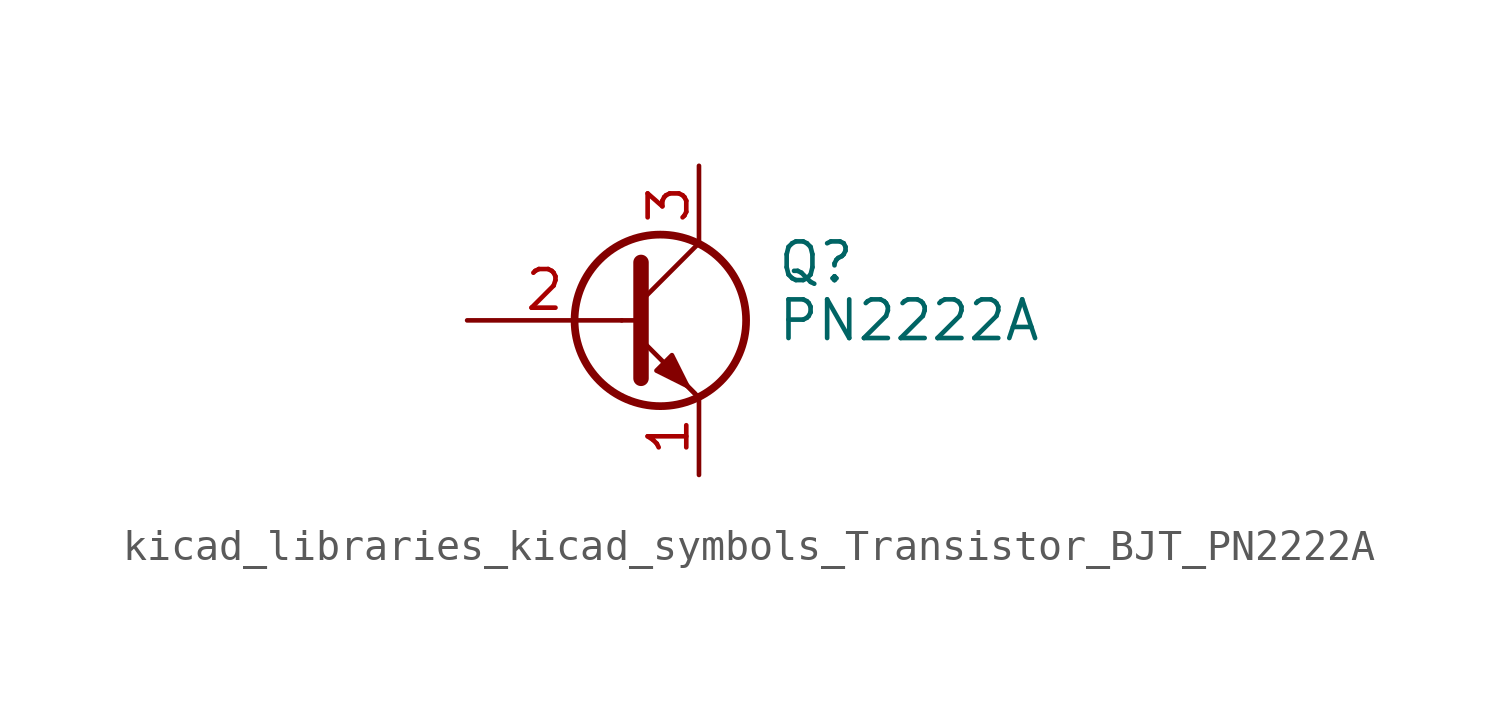
<source format=kicad_sym>
(kicad_symbol_lib
  (version 20220914)
  (generator kicad_symbol_editor)
  (symbol "kicad_libraries_kicad_symbols_Transistor_BJT_PN2222A"
    (pin_names
      (offset 0) hide)
    (property "Reference" "Q"
      (at 5.08 1.905 0)
      (effects (font (size 1.27 1.27)) (justify left)))
    (property "Value" "PN2222A"
      (at 5.08 0 0)
      (effects (font (size 1.27 1.27)) (justify left)))
    (symbol "kicad_libraries_kicad_symbols_Transistor_BJT_PN2222A_0_1"
      (polyline (pts (xy 0 0) (xy 0.635 0)) (stroke (width 0) (type default)) (fill (type none)))
      (polyline (pts (xy 2.54 -2.54) (xy 0.635 -0.635)) (stroke (width 0) (type default)) (fill (type none)))
      (polyline (pts (xy 2.54 2.54) (xy 0.635 0.635)) (stroke (width 0) (type default)) (fill (type none)))
      (polyline (pts (xy 0.635 1.905) (xy 0.635 -1.905) (xy 0.635 -1.905)) (stroke (width 0.508) (type default)) (fill (type none)))
      (polyline (pts (xy 2.413 -2.413) (xy 1.905 -1.905) (xy 1.905 -1.905)) (stroke (width 0) (type default)) (fill (type none)))
      (polyline (pts (xy 1.143 -1.651) (xy 1.651 -1.143) (xy 2.159 -2.159) (xy 1.143 -1.651) (xy 1.143 -1.651)) (stroke (width 0) (type default)) (fill (type outline)))
      (circle (center 1.27 0) (radius 2.819) (stroke (width 0.254) (type default)) (fill (type none))))
    (symbol "kicad_libraries_kicad_symbols_Transistor_BJT_PN2222A_1_1"
      (pin passive line (at 2.54 -5.08 90) (length 2.54) (name "E" (effects (font (size 1.27 1.27)))) (number "1" (effects (font (size 1.27 1.27)))))
      (pin input line (at -5.08 0 0) (length 5.08) (name "B" (effects (font (size 1.27 1.27)))) (number "2" (effects (font (size 1.27 1.27)))))
      (pin passive line (at 2.54 5.08 270) (length 2.54) (name "C" (effects (font (size 1.27 1.27)))) (number "3" (effects (font (size 1.27 1.27))))))))
</source>
